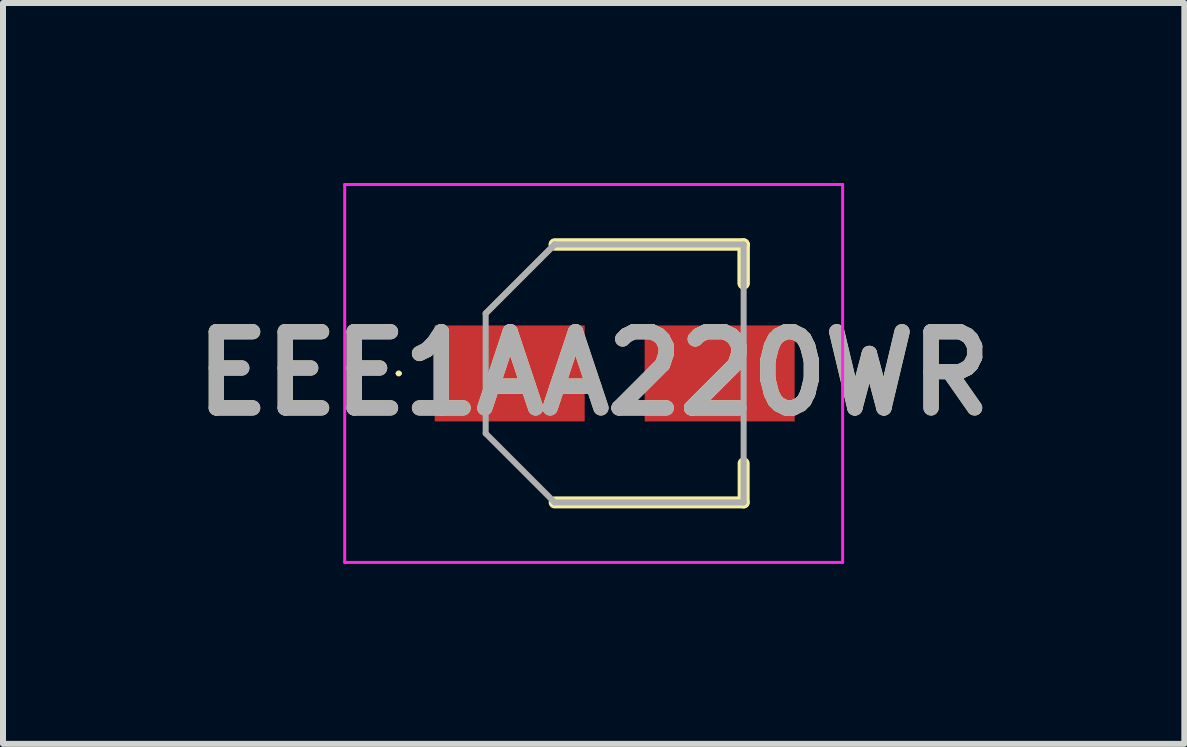
<source format=kicad_pcb>
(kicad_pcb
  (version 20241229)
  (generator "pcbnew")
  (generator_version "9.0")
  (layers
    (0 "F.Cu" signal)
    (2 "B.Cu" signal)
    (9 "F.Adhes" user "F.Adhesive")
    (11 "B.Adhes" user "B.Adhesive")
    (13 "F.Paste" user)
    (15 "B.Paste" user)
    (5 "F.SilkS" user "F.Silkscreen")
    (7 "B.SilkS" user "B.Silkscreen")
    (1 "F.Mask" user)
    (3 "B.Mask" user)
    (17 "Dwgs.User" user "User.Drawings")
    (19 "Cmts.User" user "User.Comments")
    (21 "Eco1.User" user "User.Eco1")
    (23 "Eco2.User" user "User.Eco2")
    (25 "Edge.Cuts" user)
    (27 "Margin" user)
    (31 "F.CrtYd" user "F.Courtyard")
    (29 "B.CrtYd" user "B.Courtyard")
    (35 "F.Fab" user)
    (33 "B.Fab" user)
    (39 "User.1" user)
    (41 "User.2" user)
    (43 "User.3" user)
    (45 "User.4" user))
  (footprint "EEE1AA220WR"
    (layer "F.Cu")
    (at 7.196 3.175)
    (property "Reference" "EEE1AA220WR" (at -0.35 0 0) (layer "F.SilkS") (effects (font (size 1.27 1.27) (thickness 0.254))))
    (attr smd)
    (fp_line (start -3.625 0) (end -3.625 0) (stroke (width 0.05) (type solid)) (layer "F.SilkS"))
    (fp_line (start -3.575 0) (end -3.575 0) (stroke (width 0.05) (type solid)) (layer "F.SilkS"))
    (fp_line (start -1 -2.15) (end 2.15 -2.15) (stroke (width 0.2) (type solid)) (layer "F.SilkS"))
    (fp_line (start -1 2.15) (end 2.15 2.15) (stroke (width 0.2) (type solid)) (layer "F.SilkS"))
    (fp_line (start 2.15 -2.15) (end -1 -2.15) (stroke (width 0.2) (type solid)) (layer "F.SilkS"))
    (fp_line (start 2.15 -2.15) (end 2.15 -1.5) (stroke (width 0.2) (type solid)) (layer "F.SilkS"))
    (fp_line (start 2.15 -1.5) (end 2.15 -2.15) (stroke (width 0.2) (type solid)) (layer "F.SilkS"))
    (fp_line (start 2.15 2.15) (end 2.15 1.5) (stroke (width 0.2) (type solid)) (layer "F.SilkS"))
    (fp_arc (start -3.625 0) (mid -3.6 -0.025) (end -3.575 0) (stroke (width 0.05) (type solid)) (layer "F.SilkS"))
    (fp_arc (start -3.575 0) (mid -3.6 0.025) (end -3.625 0) (stroke (width 0.05) (type solid)) (layer "F.SilkS"))
    (fp_line (start -4.5 -3.15) (end 3.8 -3.15) (stroke (width 0.05) (type solid)) (layer "F.CrtYd"))
    (fp_line (start -4.5 3.15) (end -4.5 -3.15) (stroke (width 0.05) (type solid)) (layer "F.CrtYd"))
    (fp_line (start 3.8 -3.15) (end 3.8 3.15) (stroke (width 0.05) (type solid)) (layer "F.CrtYd"))
    (fp_line (start 3.8 3.15) (end -4.5 3.15) (stroke (width 0.05) (type solid)) (layer "F.CrtYd"))
    (fp_line (start -2.15 -1) (end -1 -2.15) (stroke (width 0.1) (type solid)) (layer "F.Fab"))
    (fp_line (start -2.15 -1) (end -1 -2.15) (stroke (width 0.1) (type solid)) (layer "F.Fab"))
    (fp_line (start -2.15 1) (end -2.15 -1) (stroke (width 0.1) (type solid)) (layer "F.Fab"))
    (fp_line (start -1 -2.15) (end 2.15 -2.15) (stroke (width 0.1) (type solid)) (layer "F.Fab"))
    (fp_line (start -1 2.15) (end -2.15 1) (stroke (width 0.1) (type solid)) (layer "F.Fab"))
    (fp_line (start 2.15 -2.15) (end 2.15 2.15) (stroke (width 0.1) (type solid)) (layer "F.Fab"))
    (fp_line (start 2.15 2.15) (end -1 2.15) (stroke (width 0.1) (type solid)) (layer "F.Fab"))
    (fp_text user "${REFERENCE}" (at -0.35 0 0) (layer "F.Fab") (effects (font (size 1.27 1.27) (thickness 0.254))))
    (pad "1" smd rect (at -1.75 0 90) (size 1.6 2.5) (layers "F.Cu" "F.Mask" "F.Paste"))
    (pad "2" smd rect (at 1.75 0 90) (size 1.6 2.5) (layers "F.Cu" "F.Mask" "F.Paste")))
  (gr_rect
    (start -3 -3)
    (end 16.692 9.35)
    (stroke (width 0.1) (type default))
    (fill no)
    (layer "Edge.Cuts")))
</source>
